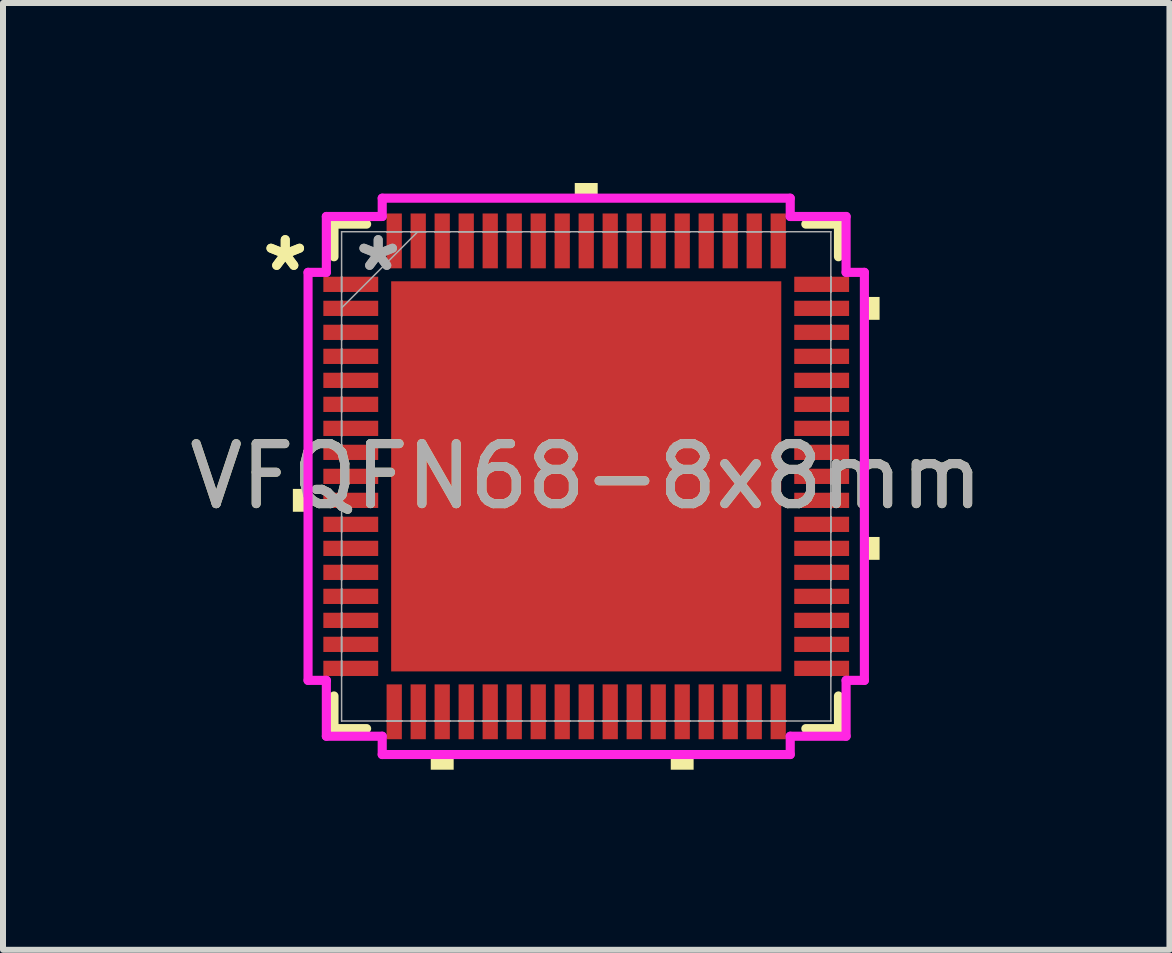
<source format=kicad_pcb>
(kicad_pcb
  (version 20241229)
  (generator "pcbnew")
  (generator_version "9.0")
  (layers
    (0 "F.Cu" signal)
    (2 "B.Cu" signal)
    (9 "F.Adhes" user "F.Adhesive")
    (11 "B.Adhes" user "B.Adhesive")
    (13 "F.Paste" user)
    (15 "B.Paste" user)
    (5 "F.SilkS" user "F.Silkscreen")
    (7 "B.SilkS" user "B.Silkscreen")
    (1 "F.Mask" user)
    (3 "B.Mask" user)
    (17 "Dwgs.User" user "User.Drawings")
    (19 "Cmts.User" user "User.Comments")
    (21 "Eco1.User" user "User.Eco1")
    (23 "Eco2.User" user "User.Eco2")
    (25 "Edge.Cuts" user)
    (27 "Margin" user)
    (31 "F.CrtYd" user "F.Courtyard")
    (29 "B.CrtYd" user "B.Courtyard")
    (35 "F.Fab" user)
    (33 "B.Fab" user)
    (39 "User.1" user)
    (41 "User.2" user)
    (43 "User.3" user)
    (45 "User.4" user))
  (footprint "VFQFN68-8x8mm"
    (layer "F.Cu")
    (at 6.72 4.889)
    (property "Reference" "VFQFN68-8x8mm" (at 0 0 0) (unlocked yes) (layer "F.SilkS") (effects (font (size 1 1) (thickness 0.15))))
    (attr smd)
    (fp_line (start -4.204 -4.204) (end -4.204 -3.66) (stroke (width 0.152) (type solid)) (layer "F.SilkS"))
    (fp_line (start -4.204 3.66) (end -4.204 4.204) (stroke (width 0.152) (type solid)) (layer "F.SilkS"))
    (fp_line (start -4.204 4.204) (end -3.66 4.204) (stroke (width 0.152) (type solid)) (layer "F.SilkS"))
    (fp_line (start -3.66 -4.204) (end -4.204 -4.204) (stroke (width 0.152) (type solid)) (layer "F.SilkS"))
    (fp_line (start 3.66 4.204) (end 4.204 4.204) (stroke (width 0.152) (type solid)) (layer "F.SilkS"))
    (fp_line (start 4.204 -4.204) (end 3.66 -4.204) (stroke (width 0.152) (type solid)) (layer "F.SilkS"))
    (fp_line (start 4.204 -3.66) (end 4.204 -4.204) (stroke (width 0.152) (type solid)) (layer "F.SilkS"))
    (fp_line (start 4.204 4.204) (end 4.204 3.66) (stroke (width 0.152) (type solid)) (layer "F.SilkS"))
    (fp_poly (pts (xy -4.889 0.209) (xy -4.889 0.59) (xy -4.636 0.59) (xy -4.636 0.209)) (stroke (width 0) (type solid)) (fill yes) (layer "F.SilkS"))
    (fp_poly (pts (xy -2.591 4.636) (xy -2.591 4.889) (xy -2.209 4.889) (xy -2.209 4.636)) (stroke (width 0) (type solid)) (fill yes) (layer "F.SilkS"))
    (fp_poly (pts (xy -0.191 -4.636) (xy -0.191 -4.889) (xy 0.191 -4.889) (xy 0.191 -4.636)) (stroke (width 0) (type solid)) (fill yes) (layer "F.SilkS"))
    (fp_poly (pts (xy 1.409 4.636) (xy 1.409 4.889) (xy 1.79 4.889) (xy 1.79 4.636)) (stroke (width 0) (type solid)) (fill yes) (layer "F.SilkS"))
    (fp_poly (pts (xy 4.889 -2.99) (xy 4.889 -2.609) (xy 4.636 -2.609) (xy 4.636 -2.99)) (stroke (width 0) (type solid)) (fill yes) (layer "F.SilkS"))
    (fp_poly (pts (xy 4.889 1.01) (xy 4.889 1.391) (xy 4.636 1.391) (xy 4.636 1.01)) (stroke (width 0) (type solid)) (fill yes) (layer "F.SilkS"))
    (fp_poly (pts (xy -3.151 -3.151) (xy -3.151 -2.051) (xy -2.051 -2.051) (xy -2.051 -3.151)) (stroke (width 0) (type solid)) (fill yes) (layer "F.Paste"))
    (fp_poly (pts (xy -3.151 -1.851) (xy -3.151 -0.75) (xy -2.051 -0.75) (xy -2.051 -1.851)) (stroke (width 0) (type solid)) (fill yes) (layer "F.Paste"))
    (fp_poly (pts (xy -3.151 -0.55) (xy -3.151 0.55) (xy -2.051 0.55) (xy -2.051 -0.55)) (stroke (width 0) (type solid)) (fill yes) (layer "F.Paste"))
    (fp_poly (pts (xy -3.151 0.75) (xy -3.151 1.851) (xy -2.051 1.851) (xy -2.051 0.75)) (stroke (width 0) (type solid)) (fill yes) (layer "F.Paste"))
    (fp_poly (pts (xy -3.151 2.051) (xy -3.151 3.151) (xy -2.051 3.151) (xy -2.051 2.051)) (stroke (width 0) (type solid)) (fill yes) (layer "F.Paste"))
    (fp_poly (pts (xy -1.851 -3.151) (xy -1.851 -2.051) (xy -0.75 -2.051) (xy -0.75 -3.151)) (stroke (width 0) (type solid)) (fill yes) (layer "F.Paste"))
    (fp_poly (pts (xy -1.851 -1.851) (xy -1.851 -0.75) (xy -0.75 -0.75) (xy -0.75 -1.851)) (stroke (width 0) (type solid)) (fill yes) (layer "F.Paste"))
    (fp_poly (pts (xy -1.851 -0.55) (xy -1.851 0.55) (xy -0.75 0.55) (xy -0.75 -0.55)) (stroke (width 0) (type solid)) (fill yes) (layer "F.Paste"))
    (fp_poly (pts (xy -1.851 0.75) (xy -1.851 1.851) (xy -0.75 1.851) (xy -0.75 0.75)) (stroke (width 0) (type solid)) (fill yes) (layer "F.Paste"))
    (fp_poly (pts (xy -1.851 2.051) (xy -1.851 3.151) (xy -0.75 3.151) (xy -0.75 2.051)) (stroke (width 0) (type solid)) (fill yes) (layer "F.Paste"))
    (fp_poly (pts (xy -0.55 -3.151) (xy -0.55 -2.051) (xy 0.55 -2.051) (xy 0.55 -3.151)) (stroke (width 0) (type solid)) (fill yes) (layer "F.Paste"))
    (fp_poly (pts (xy -0.55 -1.851) (xy -0.55 -0.75) (xy 0.55 -0.75) (xy 0.55 -1.851)) (stroke (width 0) (type solid)) (fill yes) (layer "F.Paste"))
    (fp_poly (pts (xy -0.55 -0.55) (xy -0.55 0.55) (xy 0.55 0.55) (xy 0.55 -0.55)) (stroke (width 0) (type solid)) (fill yes) (layer "F.Paste"))
    (fp_poly (pts (xy -0.55 0.75) (xy -0.55 1.851) (xy 0.55 1.851) (xy 0.55 0.75)) (stroke (width 0) (type solid)) (fill yes) (layer "F.Paste"))
    (fp_poly (pts (xy -0.55 2.051) (xy -0.55 3.151) (xy 0.55 3.151) (xy 0.55 2.051)) (stroke (width 0) (type solid)) (fill yes) (layer "F.Paste"))
    (fp_poly (pts (xy 0.75 -3.151) (xy 0.75 -2.051) (xy 1.851 -2.051) (xy 1.851 -3.151)) (stroke (width 0) (type solid)) (fill yes) (layer "F.Paste"))
    (fp_poly (pts (xy 0.75 -1.851) (xy 0.75 -0.75) (xy 1.851 -0.75) (xy 1.851 -1.851)) (stroke (width 0) (type solid)) (fill yes) (layer "F.Paste"))
    (fp_poly (pts (xy 0.75 -0.55) (xy 0.75 0.55) (xy 1.851 0.55) (xy 1.851 -0.55)) (stroke (width 0) (type solid)) (fill yes) (layer "F.Paste"))
    (fp_poly (pts (xy 0.75 0.75) (xy 0.75 1.851) (xy 1.851 1.851) (xy 1.851 0.75)) (stroke (width 0) (type solid)) (fill yes) (layer "F.Paste"))
    (fp_poly (pts (xy 0.75 2.051) (xy 0.75 3.151) (xy 1.851 3.151) (xy 1.851 2.051)) (stroke (width 0) (type solid)) (fill yes) (layer "F.Paste"))
    (fp_poly (pts (xy 2.051 -3.151) (xy 2.051 -2.051) (xy 3.151 -2.051) (xy 3.151 -3.151)) (stroke (width 0) (type solid)) (fill yes) (layer "F.Paste"))
    (fp_poly (pts (xy 2.051 -1.851) (xy 2.051 -0.75) (xy 3.151 -0.75) (xy 3.151 -1.851)) (stroke (width 0) (type solid)) (fill yes) (layer "F.Paste"))
    (fp_poly (pts (xy 2.051 -0.55) (xy 2.051 0.55) (xy 3.151 0.55) (xy 3.151 -0.55)) (stroke (width 0) (type solid)) (fill yes) (layer "F.Paste"))
    (fp_poly (pts (xy 2.051 0.75) (xy 2.051 1.851) (xy 3.151 1.851) (xy 3.151 0.75)) (stroke (width 0) (type solid)) (fill yes) (layer "F.Paste"))
    (fp_poly (pts (xy 2.051 2.051) (xy 2.051 3.151) (xy 3.151 3.151) (xy 3.151 2.051)) (stroke (width 0) (type solid)) (fill yes) (layer "F.Paste"))
    (fp_line (start -4.636 -3.4) (end -4.331 -3.4) (stroke (width 0.152) (type solid)) (layer "F.CrtYd"))
    (fp_line (start -4.636 3.4) (end -4.636 -3.4) (stroke (width 0.152) (type solid)) (layer "F.CrtYd"))
    (fp_line (start -4.331 -4.331) (end -3.4 -4.331) (stroke (width 0.152) (type solid)) (layer "F.CrtYd"))
    (fp_line (start -4.331 -3.4) (end -4.331 -4.331) (stroke (width 0.152) (type solid)) (layer "F.CrtYd"))
    (fp_line (start -4.331 3.4) (end -4.636 3.4) (stroke (width 0.152) (type solid)) (layer "F.CrtYd"))
    (fp_line (start -4.331 4.331) (end -4.331 3.4) (stroke (width 0.152) (type solid)) (layer "F.CrtYd"))
    (fp_line (start -3.4 -4.636) (end 3.4 -4.636) (stroke (width 0.152) (type solid)) (layer "F.CrtYd"))
    (fp_line (start -3.4 -4.331) (end -3.4 -4.636) (stroke (width 0.152) (type solid)) (layer "F.CrtYd"))
    (fp_line (start -3.4 4.331) (end -4.331 4.331) (stroke (width 0.152) (type solid)) (layer "F.CrtYd"))
    (fp_line (start -3.4 4.636) (end -3.4 4.331) (stroke (width 0.152) (type solid)) (layer "F.CrtYd"))
    (fp_line (start 3.4 -4.636) (end 3.4 -4.331) (stroke (width 0.152) (type solid)) (layer "F.CrtYd"))
    (fp_line (start 3.4 -4.331) (end 4.331 -4.331) (stroke (width 0.152) (type solid)) (layer "F.CrtYd"))
    (fp_line (start 3.4 4.331) (end 3.4 4.636) (stroke (width 0.152) (type solid)) (layer "F.CrtYd"))
    (fp_line (start 3.4 4.636) (end -3.4 4.636) (stroke (width 0.152) (type solid)) (layer "F.CrtYd"))
    (fp_line (start 4.331 -4.331) (end 4.331 -3.4) (stroke (width 0.152) (type solid)) (layer "F.CrtYd"))
    (fp_line (start 4.331 -3.4) (end 4.636 -3.4) (stroke (width 0.152) (type solid)) (layer "F.CrtYd"))
    (fp_line (start 4.331 3.4) (end 4.331 4.331) (stroke (width 0.152) (type solid)) (layer "F.CrtYd"))
    (fp_line (start 4.331 4.331) (end 3.4 4.331) (stroke (width 0.152) (type solid)) (layer "F.CrtYd"))
    (fp_line (start 4.636 -3.4) (end 4.636 3.4) (stroke (width 0.152) (type solid)) (layer "F.CrtYd"))
    (fp_line (start 4.636 3.4) (end 4.331 3.4) (stroke (width 0.152) (type solid)) (layer "F.CrtYd"))
    (fp_line (start -4.077 -4.077) (end -4.077 -4.077) (stroke (width 0.025) (type solid)) (layer "F.Fab"))
    (fp_line (start -4.077 -4.077) (end -4.077 4.077) (stroke (width 0.025) (type solid)) (layer "F.Fab"))
    (fp_line (start -4.077 -3.327) (end -4.077 -3.327) (stroke (width 0.025) (type solid)) (layer "F.Fab"))
    (fp_line (start -4.077 -3.327) (end -4.077 -3.073) (stroke (width 0.025) (type solid)) (layer "F.Fab"))
    (fp_line (start -4.077 -3.073) (end -4.077 -3.327) (stroke (width 0.025) (type solid)) (layer "F.Fab"))
    (fp_line (start -4.077 -3.073) (end -4.077 -3.073) (stroke (width 0.025) (type solid)) (layer "F.Fab"))
    (fp_line (start -4.077 -2.927) (end -4.077 -2.927) (stroke (width 0.025) (type solid)) (layer "F.Fab"))
    (fp_line (start -4.077 -2.927) (end -4.077 -2.673) (stroke (width 0.025) (type solid)) (layer "F.Fab"))
    (fp_line (start -4.077 -2.807) (end -2.807 -4.077) (stroke (width 0.025) (type solid)) (layer "F.Fab"))
    (fp_line (start -4.077 -2.673) (end -4.077 -2.927) (stroke (width 0.025) (type solid)) (layer "F.Fab"))
    (fp_line (start -4.077 -2.673) (end -4.077 -2.673) (stroke (width 0.025) (type solid)) (layer "F.Fab"))
    (fp_line (start -4.077 -2.527) (end -4.077 -2.527) (stroke (width 0.025) (type solid)) (layer "F.Fab"))
    (fp_line (start -4.077 -2.527) (end -4.077 -2.273) (stroke (width 0.025) (type solid)) (layer "F.Fab"))
    (fp_line (start -4.077 -2.273) (end -4.077 -2.527) (stroke (width 0.025) (type solid)) (layer "F.Fab"))
    (fp_line (start -4.077 -2.273) (end -4.077 -2.273) (stroke (width 0.025) (type solid)) (layer "F.Fab"))
    (fp_line (start -4.077 -2.127) (end -4.077 -2.127) (stroke (width 0.025) (type solid)) (layer "F.Fab"))
    (fp_line (start -4.077 -2.127) (end -4.077 -1.873) (stroke (width 0.025) (type solid)) (layer "F.Fab"))
    (fp_line (start -4.077 -1.873) (end -4.077 -2.127) (stroke (width 0.025) (type solid)) (layer "F.Fab"))
    (fp_line (start -4.077 -1.873) (end -4.077 -1.873) (stroke (width 0.025) (type solid)) (layer "F.Fab"))
    (fp_line (start -4.077 -1.727) (end -4.077 -1.727) (stroke (width 0.025) (type solid)) (layer "F.Fab"))
    (fp_line (start -4.077 -1.727) (end -4.077 -1.473) (stroke (width 0.025) (type solid)) (layer "F.Fab"))
    (fp_line (start -4.077 -1.473) (end -4.077 -1.727) (stroke (width 0.025) (type solid)) (layer "F.Fab"))
    (fp_line (start -4.077 -1.473) (end -4.077 -1.473) (stroke (width 0.025) (type solid)) (layer "F.Fab"))
    (fp_line (start -4.077 -1.327) (end -4.077 -1.327) (stroke (width 0.025) (type solid)) (layer "F.Fab"))
    (fp_line (start -4.077 -1.327) (end -4.077 -1.073) (stroke (width 0.025) (type solid)) (layer "F.Fab"))
    (fp_line (start -4.077 -1.073) (end -4.077 -1.327) (stroke (width 0.025) (type solid)) (layer "F.Fab"))
    (fp_line (start -4.077 -1.073) (end -4.077 -1.073) (stroke (width 0.025) (type solid)) (layer "F.Fab"))
    (fp_line (start -4.077 -0.927) (end -4.077 -0.927) (stroke (width 0.025) (type solid)) (layer "F.Fab"))
    (fp_line (start -4.077 -0.927) (end -4.077 -0.673) (stroke (width 0.025) (type solid)) (layer "F.Fab"))
    (fp_line (start -4.077 -0.673) (end -4.077 -0.927) (stroke (width 0.025) (type solid)) (layer "F.Fab"))
    (fp_line (start -4.077 -0.673) (end -4.077 -0.673) (stroke (width 0.025) (type solid)) (layer "F.Fab"))
    (fp_line (start -4.077 -0.527) (end -4.077 -0.527) (stroke (width 0.025) (type solid)) (layer "F.Fab"))
    (fp_line (start -4.077 -0.527) (end -4.077 -0.273) (stroke (width 0.025) (type solid)) (layer "F.Fab"))
    (fp_line (start -4.077 -0.273) (end -4.077 -0.527) (stroke (width 0.025) (type solid)) (layer "F.Fab"))
    (fp_line (start -4.077 -0.273) (end -4.077 -0.273) (stroke (width 0.025) (type solid)) (layer "F.Fab"))
    (fp_line (start -4.077 -0.127) (end -4.077 -0.127) (stroke (width 0.025) (type solid)) (layer "F.Fab"))
    (fp_line (start -4.077 -0.127) (end -4.077 0.127) (stroke (width 0.025) (type solid)) (layer "F.Fab"))
    (fp_line (start -4.077 0.127) (end -4.077 -0.127) (stroke (width 0.025) (type solid)) (layer "F.Fab"))
    (fp_line (start -4.077 0.127) (end -4.077 0.127) (stroke (width 0.025) (type solid)) (layer "F.Fab"))
    (fp_line (start -4.077 0.273) (end -4.077 0.273) (stroke (width 0.025) (type solid)) (layer "F.Fab"))
    (fp_line (start -4.077 0.273) (end -4.077 0.527) (stroke (width 0.025) (type solid)) (layer "F.Fab"))
    (fp_line (start -4.077 0.527) (end -4.077 0.273) (stroke (width 0.025) (type solid)) (layer "F.Fab"))
    (fp_line (start -4.077 0.527) (end -4.077 0.527) (stroke (width 0.025) (type solid)) (layer "F.Fab"))
    (fp_line (start -4.077 0.673) (end -4.077 0.673) (stroke (width 0.025) (type solid)) (layer "F.Fab"))
    (fp_line (start -4.077 0.673) (end -4.077 0.927) (stroke (width 0.025) (type solid)) (layer "F.Fab"))
    (fp_line (start -4.077 0.927) (end -4.077 0.673) (stroke (width 0.025) (type solid)) (layer "F.Fab"))
    (fp_line (start -4.077 0.927) (end -4.077 0.927) (stroke (width 0.025) (type solid)) (layer "F.Fab"))
    (fp_line (start -4.077 1.073) (end -4.077 1.073) (stroke (width 0.025) (type solid)) (layer "F.Fab"))
    (fp_line (start -4.077 1.073) (end -4.077 1.327) (stroke (width 0.025) (type solid)) (layer "F.Fab"))
    (fp_line (start -4.077 1.327) (end -4.077 1.073) (stroke (width 0.025) (type solid)) (layer "F.Fab"))
    (fp_line (start -4.077 1.327) (end -4.077 1.327) (stroke (width 0.025) (type solid)) (layer "F.Fab"))
    (fp_line (start -4.077 1.473) (end -4.077 1.473) (stroke (width 0.025) (type solid)) (layer "F.Fab"))
    (fp_line (start -4.077 1.473) (end -4.077 1.727) (stroke (width 0.025) (type solid)) (layer "F.Fab"))
    (fp_line (start -4.077 1.727) (end -4.077 1.473) (stroke (width 0.025) (type solid)) (layer "F.Fab"))
    (fp_line (start -4.077 1.727) (end -4.077 1.727) (stroke (width 0.025) (type solid)) (layer "F.Fab"))
    (fp_line (start -4.077 1.873) (end -4.077 1.873) (stroke (width 0.025) (type solid)) (layer "F.Fab"))
    (fp_line (start -4.077 1.873) (end -4.077 2.127) (stroke (width 0.025) (type solid)) (layer "F.Fab"))
    (fp_line (start -4.077 2.127) (end -4.077 1.873) (stroke (width 0.025) (type solid)) (layer "F.Fab"))
    (fp_line (start -4.077 2.127) (end -4.077 2.127) (stroke (width 0.025) (type solid)) (layer "F.Fab"))
    (fp_line (start -4.077 2.273) (end -4.077 2.273) (stroke (width 0.025) (type solid)) (layer "F.Fab"))
    (fp_line (start -4.077 2.273) (end -4.077 2.527) (stroke (width 0.025) (type solid)) (layer "F.Fab"))
    (fp_line (start -4.077 2.527) (end -4.077 2.273) (stroke (width 0.025) (type solid)) (layer "F.Fab"))
    (fp_line (start -4.077 2.527) (end -4.077 2.527) (stroke (width 0.025) (type solid)) (layer "F.Fab"))
    (fp_line (start -4.077 2.673) (end -4.077 2.673) (stroke (width 0.025) (type solid)) (layer "F.Fab"))
    (fp_line (start -4.077 2.673) (end -4.077 2.927) (stroke (width 0.025) (type solid)) (layer "F.Fab"))
    (fp_line (start -4.077 2.927) (end -4.077 2.673) (stroke (width 0.025) (type solid)) (layer "F.Fab"))
    (fp_line (start -4.077 2.927) (end -4.077 2.927) (stroke (width 0.025) (type solid)) (layer "F.Fab"))
    (fp_line (start -4.077 3.073) (end -4.077 3.073) (stroke (width 0.025) (type solid)) (layer "F.Fab"))
    (fp_line (start -4.077 3.073) (end -4.077 3.327) (stroke (width 0.025) (type solid)) (layer "F.Fab"))
    (fp_line (start -4.077 3.327) (end -4.077 3.073) (stroke (width 0.025) (type solid)) (layer "F.Fab"))
    (fp_line (start -4.077 3.327) (end -4.077 3.327) (stroke (width 0.025) (type solid)) (layer "F.Fab"))
    (fp_line (start -4.077 4.077) (end -4.077 4.077) (stroke (width 0.025) (type solid)) (layer "F.Fab"))
    (fp_line (start -4.077 4.077) (end 4.077 4.077) (stroke (width 0.025) (type solid)) (layer "F.Fab"))
    (fp_line (start -3.327 -4.077) (end -3.327 -4.077) (stroke (width 0.025) (type solid)) (layer "F.Fab"))
    (fp_line (start -3.327 -4.077) (end -3.073 -4.077) (stroke (width 0.025) (type solid)) (layer "F.Fab"))
    (fp_line (start -3.327 4.077) (end -3.327 4.077) (stroke (width 0.025) (type solid)) (layer "F.Fab"))
    (fp_line (start -3.327 4.077) (end -3.073 4.077) (stroke (width 0.025) (type solid)) (layer "F.Fab"))
    (fp_line (start -3.073 -4.077) (end -3.327 -4.077) (stroke (width 0.025) (type solid)) (layer "F.Fab"))
    (fp_line (start -3.073 -4.077) (end -3.073 -4.077) (stroke (width 0.025) (type solid)) (layer "F.Fab"))
    (fp_line (start -3.073 4.077) (end -3.327 4.077) (stroke (width 0.025) (type solid)) (layer "F.Fab"))
    (fp_line (start -3.073 4.077) (end -3.073 4.077) (stroke (width 0.025) (type solid)) (layer "F.Fab"))
    (fp_line (start -2.927 -4.077) (end -2.927 -4.077) (stroke (width 0.025) (type solid)) (layer "F.Fab"))
    (fp_line (start -2.927 -4.077) (end -2.673 -4.077) (stroke (width 0.025) (type solid)) (layer "F.Fab"))
    (fp_line (start -2.927 4.077) (end -2.927 4.077) (stroke (width 0.025) (type solid)) (layer "F.Fab"))
    (fp_line (start -2.927 4.077) (end -2.673 4.077) (stroke (width 0.025) (type solid)) (layer "F.Fab"))
    (fp_line (start -2.673 -4.077) (end -2.927 -4.077) (stroke (width 0.025) (type solid)) (layer "F.Fab"))
    (fp_line (start -2.673 -4.077) (end -2.673 -4.077) (stroke (width 0.025) (type solid)) (layer "F.Fab"))
    (fp_line (start -2.673 4.077) (end -2.927 4.077) (stroke (width 0.025) (type solid)) (layer "F.Fab"))
    (fp_line (start -2.673 4.077) (end -2.673 4.077) (stroke (width 0.025) (type solid)) (layer "F.Fab"))
    (fp_line (start -2.527 -4.077) (end -2.527 -4.077) (stroke (width 0.025) (type solid)) (layer "F.Fab"))
    (fp_line (start -2.527 -4.077) (end -2.273 -4.077) (stroke (width 0.025) (type solid)) (layer "F.Fab"))
    (fp_line (start -2.527 4.077) (end -2.527 4.077) (stroke (width 0.025) (type solid)) (layer "F.Fab"))
    (fp_line (start -2.527 4.077) (end -2.273 4.077) (stroke (width 0.025) (type solid)) (layer "F.Fab"))
    (fp_line (start -2.273 -4.077) (end -2.527 -4.077) (stroke (width 0.025) (type solid)) (layer "F.Fab"))
    (fp_line (start -2.273 -4.077) (end -2.273 -4.077) (stroke (width 0.025) (type solid)) (layer "F.Fab"))
    (fp_line (start -2.273 4.077) (end -2.527 4.077) (stroke (width 0.025) (type solid)) (layer "F.Fab"))
    (fp_line (start -2.273 4.077) (end -2.273 4.077) (stroke (width 0.025) (type solid)) (layer "F.Fab"))
    (fp_line (start -2.127 -4.077) (end -2.127 -4.077) (stroke (width 0.025) (type solid)) (layer "F.Fab"))
    (fp_line (start -2.127 -4.077) (end -1.873 -4.077) (stroke (width 0.025) (type solid)) (layer "F.Fab"))
    (fp_line (start -2.127 4.077) (end -2.127 4.077) (stroke (width 0.025) (type solid)) (layer "F.Fab"))
    (fp_line (start -2.127 4.077) (end -1.873 4.077) (stroke (width 0.025) (type solid)) (layer "F.Fab"))
    (fp_line (start -1.873 -4.077) (end -2.127 -4.077) (stroke (width 0.025) (type solid)) (layer "F.Fab"))
    (fp_line (start -1.873 -4.077) (end -1.873 -4.077) (stroke (width 0.025) (type solid)) (layer "F.Fab"))
    (fp_line (start -1.873 4.077) (end -2.127 4.077) (stroke (width 0.025) (type solid)) (layer "F.Fab"))
    (fp_line (start -1.873 4.077) (end -1.873 4.077) (stroke (width 0.025) (type solid)) (layer "F.Fab"))
    (fp_line (start -1.727 -4.077) (end -1.727 -4.077) (stroke (width 0.025) (type solid)) (layer "F.Fab"))
    (fp_line (start -1.727 -4.077) (end -1.473 -4.077) (stroke (width 0.025) (type solid)) (layer "F.Fab"))
    (fp_line (start -1.727 4.077) (end -1.727 4.077) (stroke (width 0.025) (type solid)) (layer "F.Fab"))
    (fp_line (start -1.727 4.077) (end -1.473 4.077) (stroke (width 0.025) (type solid)) (layer "F.Fab"))
    (fp_line (start -1.473 -4.077) (end -1.727 -4.077) (stroke (width 0.025) (type solid)) (layer "F.Fab"))
    (fp_line (start -1.473 -4.077) (end -1.473 -4.077) (stroke (width 0.025) (type solid)) (layer "F.Fab"))
    (fp_line (start -1.473 4.077) (end -1.727 4.077) (stroke (width 0.025) (type solid)) (layer "F.Fab"))
    (fp_line (start -1.473 4.077) (end -1.473 4.077) (stroke (width 0.025) (type solid)) (layer "F.Fab"))
    (fp_line (start -1.327 -4.077) (end -1.327 -4.077) (stroke (width 0.025) (type solid)) (layer "F.Fab"))
    (fp_line (start -1.327 -4.077) (end -1.073 -4.077) (stroke (width 0.025) (type solid)) (layer "F.Fab"))
    (fp_line (start -1.327 4.077) (end -1.327 4.077) (stroke (width 0.025) (type solid)) (layer "F.Fab"))
    (fp_line (start -1.327 4.077) (end -1.073 4.077) (stroke (width 0.025) (type solid)) (layer "F.Fab"))
    (fp_line (start -1.073 -4.077) (end -1.327 -4.077) (stroke (width 0.025) (type solid)) (layer "F.Fab"))
    (fp_line (start -1.073 -4.077) (end -1.073 -4.077) (stroke (width 0.025) (type solid)) (layer "F.Fab"))
    (fp_line (start -1.073 4.077) (end -1.327 4.077) (stroke (width 0.025) (type solid)) (layer "F.Fab"))
    (fp_line (start -1.073 4.077) (end -1.073 4.077) (stroke (width 0.025) (type solid)) (layer "F.Fab"))
    (fp_line (start -0.927 -4.077) (end -0.927 -4.077) (stroke (width 0.025) (type solid)) (layer "F.Fab"))
    (fp_line (start -0.927 -4.077) (end -0.673 -4.077) (stroke (width 0.025) (type solid)) (layer "F.Fab"))
    (fp_line (start -0.927 4.077) (end -0.927 4.077) (stroke (width 0.025) (type solid)) (layer "F.Fab"))
    (fp_line (start -0.927 4.077) (end -0.673 4.077) (stroke (width 0.025) (type solid)) (layer "F.Fab"))
    (fp_line (start -0.673 -4.077) (end -0.927 -4.077) (stroke (width 0.025) (type solid)) (layer "F.Fab"))
    (fp_line (start -0.673 -4.077) (end -0.673 -4.077) (stroke (width 0.025) (type solid)) (layer "F.Fab"))
    (fp_line (start -0.673 4.077) (end -0.927 4.077) (stroke (width 0.025) (type solid)) (layer "F.Fab"))
    (fp_line (start -0.673 4.077) (end -0.673 4.077) (stroke (width 0.025) (type solid)) (layer "F.Fab"))
    (fp_line (start -0.527 -4.077) (end -0.527 -4.077) (stroke (width 0.025) (type solid)) (layer "F.Fab"))
    (fp_line (start -0.527 -4.077) (end -0.273 -4.077) (stroke (width 0.025) (type solid)) (layer "F.Fab"))
    (fp_line (start -0.527 4.077) (end -0.527 4.077) (stroke (width 0.025) (type solid)) (layer "F.Fab"))
    (fp_line (start -0.527 4.077) (end -0.273 4.077) (stroke (width 0.025) (type solid)) (layer "F.Fab"))
    (fp_line (start -0.273 -4.077) (end -0.527 -4.077) (stroke (width 0.025) (type solid)) (layer "F.Fab"))
    (fp_line (start -0.273 -4.077) (end -0.273 -4.077) (stroke (width 0.025) (type solid)) (layer "F.Fab"))
    (fp_line (start -0.273 4.077) (end -0.527 4.077) (stroke (width 0.025) (type solid)) (layer "F.Fab"))
    (fp_line (start -0.273 4.077) (end -0.273 4.077) (stroke (width 0.025) (type solid)) (layer "F.Fab"))
    (fp_line (start -0.127 -4.077) (end -0.127 -4.077) (stroke (width 0.025) (type solid)) (layer "F.Fab"))
    (fp_line (start -0.127 -4.077) (end 0.127 -4.077) (stroke (width 0.025) (type solid)) (layer "F.Fab"))
    (fp_line (start -0.127 4.077) (end -0.127 4.077) (stroke (width 0.025) (type solid)) (layer "F.Fab"))
    (fp_line (start -0.127 4.077) (end 0.127 4.077) (stroke (width 0.025) (type solid)) (layer "F.Fab"))
    (fp_line (start 0.127 -4.077) (end -0.127 -4.077) (stroke (width 0.025) (type solid)) (layer "F.Fab"))
    (fp_line (start 0.127 -4.077) (end 0.127 -4.077) (stroke (width 0.025) (type solid)) (layer "F.Fab"))
    (fp_line (start 0.127 4.077) (end -0.127 4.077) (stroke (width 0.025) (type solid)) (layer "F.Fab"))
    (fp_line (start 0.127 4.077) (end 0.127 4.077) (stroke (width 0.025) (type solid)) (layer "F.Fab"))
    (fp_line (start 0.273 -4.077) (end 0.273 -4.077) (stroke (width 0.025) (type solid)) (layer "F.Fab"))
    (fp_line (start 0.273 -4.077) (end 0.527 -4.077) (stroke (width 0.025) (type solid)) (layer "F.Fab"))
    (fp_line (start 0.273 4.077) (end 0.273 4.077) (stroke (width 0.025) (type solid)) (layer "F.Fab"))
    (fp_line (start 0.273 4.077) (end 0.527 4.077) (stroke (width 0.025) (type solid)) (layer "F.Fab"))
    (fp_line (start 0.527 -4.077) (end 0.273 -4.077) (stroke (width 0.025) (type solid)) (layer "F.Fab"))
    (fp_line (start 0.527 -4.077) (end 0.527 -4.077) (stroke (width 0.025) (type solid)) (layer "F.Fab"))
    (fp_line (start 0.527 4.077) (end 0.273 4.077) (stroke (width 0.025) (type solid)) (layer "F.Fab"))
    (fp_line (start 0.527 4.077) (end 0.527 4.077) (stroke (width 0.025) (type solid)) (layer "F.Fab"))
    (fp_line (start 0.673 -4.077) (end 0.673 -4.077) (stroke (width 0.025) (type solid)) (layer "F.Fab"))
    (fp_line (start 0.673 -4.077) (end 0.927 -4.077) (stroke (width 0.025) (type solid)) (layer "F.Fab"))
    (fp_line (start 0.673 4.077) (end 0.673 4.077) (stroke (width 0.025) (type solid)) (layer "F.Fab"))
    (fp_line (start 0.673 4.077) (end 0.927 4.077) (stroke (width 0.025) (type solid)) (layer "F.Fab"))
    (fp_line (start 0.927 -4.077) (end 0.673 -4.077) (stroke (width 0.025) (type solid)) (layer "F.Fab"))
    (fp_line (start 0.927 -4.077) (end 0.927 -4.077) (stroke (width 0.025) (type solid)) (layer "F.Fab"))
    (fp_line (start 0.927 4.077) (end 0.673 4.077) (stroke (width 0.025) (type solid)) (layer "F.Fab"))
    (fp_line (start 0.927 4.077) (end 0.927 4.077) (stroke (width 0.025) (type solid)) (layer "F.Fab"))
    (fp_line (start 1.073 -4.077) (end 1.073 -4.077) (stroke (width 0.025) (type solid)) (layer "F.Fab"))
    (fp_line (start 1.073 -4.077) (end 1.327 -4.077) (stroke (width 0.025) (type solid)) (layer "F.Fab"))
    (fp_line (start 1.073 4.077) (end 1.073 4.077) (stroke (width 0.025) (type solid)) (layer "F.Fab"))
    (fp_line (start 1.073 4.077) (end 1.327 4.077) (stroke (width 0.025) (type solid)) (layer "F.Fab"))
    (fp_line (start 1.327 -4.077) (end 1.073 -4.077) (stroke (width 0.025) (type solid)) (layer "F.Fab"))
    (fp_line (start 1.327 -4.077) (end 1.327 -4.077) (stroke (width 0.025) (type solid)) (layer "F.Fab"))
    (fp_line (start 1.327 4.077) (end 1.073 4.077) (stroke (width 0.025) (type solid)) (layer "F.Fab"))
    (fp_line (start 1.327 4.077) (end 1.327 4.077) (stroke (width 0.025) (type solid)) (layer "F.Fab"))
    (fp_line (start 1.473 -4.077) (end 1.473 -4.077) (stroke (width 0.025) (type solid)) (layer "F.Fab"))
    (fp_line (start 1.473 -4.077) (end 1.727 -4.077) (stroke (width 0.025) (type solid)) (layer "F.Fab"))
    (fp_line (start 1.473 4.077) (end 1.473 4.077) (stroke (width 0.025) (type solid)) (layer "F.Fab"))
    (fp_line (start 1.473 4.077) (end 1.727 4.077) (stroke (width 0.025) (type solid)) (layer "F.Fab"))
    (fp_line (start 1.727 -4.077) (end 1.473 -4.077) (stroke (width 0.025) (type solid)) (layer "F.Fab"))
    (fp_line (start 1.727 -4.077) (end 1.727 -4.077) (stroke (width 0.025) (type solid)) (layer "F.Fab"))
    (fp_line (start 1.727 4.077) (end 1.473 4.077) (stroke (width 0.025) (type solid)) (layer "F.Fab"))
    (fp_line (start 1.727 4.077) (end 1.727 4.077) (stroke (width 0.025) (type solid)) (layer "F.Fab"))
    (fp_line (start 1.873 -4.077) (end 1.873 -4.077) (stroke (width 0.025) (type solid)) (layer "F.Fab"))
    (fp_line (start 1.873 -4.077) (end 2.127 -4.077) (stroke (width 0.025) (type solid)) (layer "F.Fab"))
    (fp_line (start 1.873 4.077) (end 1.873 4.077) (stroke (width 0.025) (type solid)) (layer "F.Fab"))
    (fp_line (start 1.873 4.077) (end 2.127 4.077) (stroke (width 0.025) (type solid)) (layer "F.Fab"))
    (fp_line (start 2.127 -4.077) (end 1.873 -4.077) (stroke (width 0.025) (type solid)) (layer "F.Fab"))
    (fp_line (start 2.127 -4.077) (end 2.127 -4.077) (stroke (width 0.025) (type solid)) (layer "F.Fab"))
    (fp_line (start 2.127 4.077) (end 1.873 4.077) (stroke (width 0.025) (type solid)) (layer "F.Fab"))
    (fp_line (start 2.127 4.077) (end 2.127 4.077) (stroke (width 0.025) (type solid)) (layer "F.Fab"))
    (fp_line (start 2.273 -4.077) (end 2.273 -4.077) (stroke (width 0.025) (type solid)) (layer "F.Fab"))
    (fp_line (start 2.273 -4.077) (end 2.527 -4.077) (stroke (width 0.025) (type solid)) (layer "F.Fab"))
    (fp_line (start 2.273 4.077) (end 2.273 4.077) (stroke (width 0.025) (type solid)) (layer "F.Fab"))
    (fp_line (start 2.273 4.077) (end 2.527 4.077) (stroke (width 0.025) (type solid)) (layer "F.Fab"))
    (fp_line (start 2.527 -4.077) (end 2.273 -4.077) (stroke (width 0.025) (type solid)) (layer "F.Fab"))
    (fp_line (start 2.527 -4.077) (end 2.527 -4.077) (stroke (width 0.025) (type solid)) (layer "F.Fab"))
    (fp_line (start 2.527 4.077) (end 2.273 4.077) (stroke (width 0.025) (type solid)) (layer "F.Fab"))
    (fp_line (start 2.527 4.077) (end 2.527 4.077) (stroke (width 0.025) (type solid)) (layer "F.Fab"))
    (fp_line (start 2.673 -4.077) (end 2.673 -4.077) (stroke (width 0.025) (type solid)) (layer "F.Fab"))
    (fp_line (start 2.673 -4.077) (end 2.927 -4.077) (stroke (width 0.025) (type solid)) (layer "F.Fab"))
    (fp_line (start 2.673 4.077) (end 2.673 4.077) (stroke (width 0.025) (type solid)) (layer "F.Fab"))
    (fp_line (start 2.673 4.077) (end 2.927 4.077) (stroke (width 0.025) (type solid)) (layer "F.Fab"))
    (fp_line (start 2.927 -4.077) (end 2.673 -4.077) (stroke (width 0.025) (type solid)) (layer "F.Fab"))
    (fp_line (start 2.927 -4.077) (end 2.927 -4.077) (stroke (width 0.025) (type solid)) (layer "F.Fab"))
    (fp_line (start 2.927 4.077) (end 2.673 4.077) (stroke (width 0.025) (type solid)) (layer "F.Fab"))
    (fp_line (start 2.927 4.077) (end 2.927 4.077) (stroke (width 0.025) (type solid)) (layer "F.Fab"))
    (fp_line (start 3.073 -4.077) (end 3.073 -4.077) (stroke (width 0.025) (type solid)) (layer "F.Fab"))
    (fp_line (start 3.073 -4.077) (end 3.327 -4.077) (stroke (width 0.025) (type solid)) (layer "F.Fab"))
    (fp_line (start 3.073 4.077) (end 3.073 4.077) (stroke (width 0.025) (type solid)) (layer "F.Fab"))
    (fp_line (start 3.073 4.077) (end 3.327 4.077) (stroke (width 0.025) (type solid)) (layer "F.Fab"))
    (fp_line (start 3.327 -4.077) (end 3.073 -4.077) (stroke (width 0.025) (type solid)) (layer "F.Fab"))
    (fp_line (start 3.327 -4.077) (end 3.327 -4.077) (stroke (width 0.025) (type solid)) (layer "F.Fab"))
    (fp_line (start 3.327 4.077) (end 3.073 4.077) (stroke (width 0.025) (type solid)) (layer "F.Fab"))
    (fp_line (start 3.327 4.077) (end 3.327 4.077) (stroke (width 0.025) (type solid)) (layer "F.Fab"))
    (fp_line (start 4.077 -4.077) (end -4.077 -4.077) (stroke (width 0.025) (type solid)) (layer "F.Fab"))
    (fp_line (start 4.077 -4.077) (end 4.077 -4.077) (stroke (width 0.025) (type solid)) (layer "F.Fab"))
    (fp_line (start 4.077 -3.327) (end 4.077 -3.327) (stroke (width 0.025) (type solid)) (layer "F.Fab"))
    (fp_line (start 4.077 -3.327) (end 4.077 -3.073) (stroke (width 0.025) (type solid)) (layer "F.Fab"))
    (fp_line (start 4.077 -3.073) (end 4.077 -3.327) (stroke (width 0.025) (type solid)) (layer "F.Fab"))
    (fp_line (start 4.077 -3.073) (end 4.077 -3.073) (stroke (width 0.025) (type solid)) (layer "F.Fab"))
    (fp_line (start 4.077 -2.927) (end 4.077 -2.927) (stroke (width 0.025) (type solid)) (layer "F.Fab"))
    (fp_line (start 4.077 -2.927) (end 4.077 -2.673) (stroke (width 0.025) (type solid)) (layer "F.Fab"))
    (fp_line (start 4.077 -2.673) (end 4.077 -2.927) (stroke (width 0.025) (type solid)) (layer "F.Fab"))
    (fp_line (start 4.077 -2.673) (end 4.077 -2.673) (stroke (width 0.025) (type solid)) (layer "F.Fab"))
    (fp_line (start 4.077 -2.527) (end 4.077 -2.527) (stroke (width 0.025) (type solid)) (layer "F.Fab"))
    (fp_line (start 4.077 -2.527) (end 4.077 -2.273) (stroke (width 0.025) (type solid)) (layer "F.Fab"))
    (fp_line (start 4.077 -2.273) (end 4.077 -2.527) (stroke (width 0.025) (type solid)) (layer "F.Fab"))
    (fp_line (start 4.077 -2.273) (end 4.077 -2.273) (stroke (width 0.025) (type solid)) (layer "F.Fab"))
    (fp_line (start 4.077 -2.127) (end 4.077 -2.127) (stroke (width 0.025) (type solid)) (layer "F.Fab"))
    (fp_line (start 4.077 -2.127) (end 4.077 -1.873) (stroke (width 0.025) (type solid)) (layer "F.Fab"))
    (fp_line (start 4.077 -1.873) (end 4.077 -2.127) (stroke (width 0.025) (type solid)) (layer "F.Fab"))
    (fp_line (start 4.077 -1.873) (end 4.077 -1.873) (stroke (width 0.025) (type solid)) (layer "F.Fab"))
    (fp_line (start 4.077 -1.727) (end 4.077 -1.727) (stroke (width 0.025) (type solid)) (layer "F.Fab"))
    (fp_line (start 4.077 -1.727) (end 4.077 -1.473) (stroke (width 0.025) (type solid)) (layer "F.Fab"))
    (fp_line (start 4.077 -1.473) (end 4.077 -1.727) (stroke (width 0.025) (type solid)) (layer "F.Fab"))
    (fp_line (start 4.077 -1.473) (end 4.077 -1.473) (stroke (width 0.025) (type solid)) (layer "F.Fab"))
    (fp_line (start 4.077 -1.327) (end 4.077 -1.327) (stroke (width 0.025) (type solid)) (layer "F.Fab"))
    (fp_line (start 4.077 -1.327) (end 4.077 -1.073) (stroke (width 0.025) (type solid)) (layer "F.Fab"))
    (fp_line (start 4.077 -1.073) (end 4.077 -1.327) (stroke (width 0.025) (type solid)) (layer "F.Fab"))
    (fp_line (start 4.077 -1.073) (end 4.077 -1.073) (stroke (width 0.025) (type solid)) (layer "F.Fab"))
    (fp_line (start 4.077 -0.927) (end 4.077 -0.927) (stroke (width 0.025) (type solid)) (layer "F.Fab"))
    (fp_line (start 4.077 -0.927) (end 4.077 -0.673) (stroke (width 0.025) (type solid)) (layer "F.Fab"))
    (fp_line (start 4.077 -0.673) (end 4.077 -0.927) (stroke (width 0.025) (type solid)) (layer "F.Fab"))
    (fp_line (start 4.077 -0.673) (end 4.077 -0.673) (stroke (width 0.025) (type solid)) (layer "F.Fab"))
    (fp_line (start 4.077 -0.527) (end 4.077 -0.527) (stroke (width 0.025) (type solid)) (layer "F.Fab"))
    (fp_line (start 4.077 -0.527) (end 4.077 -0.273) (stroke (width 0.025) (type solid)) (layer "F.Fab"))
    (fp_line (start 4.077 -0.273) (end 4.077 -0.527) (stroke (width 0.025) (type solid)) (layer "F.Fab"))
    (fp_line (start 4.077 -0.273) (end 4.077 -0.273) (stroke (width 0.025) (type solid)) (layer "F.Fab"))
    (fp_line (start 4.077 -0.127) (end 4.077 -0.127) (stroke (width 0.025) (type solid)) (layer "F.Fab"))
    (fp_line (start 4.077 -0.127) (end 4.077 0.127) (stroke (width 0.025) (type solid)) (layer "F.Fab"))
    (fp_line (start 4.077 0.127) (end 4.077 -0.127) (stroke (width 0.025) (type solid)) (layer "F.Fab"))
    (fp_line (start 4.077 0.127) (end 4.077 0.127) (stroke (width 0.025) (type solid)) (layer "F.Fab"))
    (fp_line (start 4.077 0.273) (end 4.077 0.273) (stroke (width 0.025) (type solid)) (layer "F.Fab"))
    (fp_line (start 4.077 0.273) (end 4.077 0.527) (stroke (width 0.025) (type solid)) (layer "F.Fab"))
    (fp_line (start 4.077 0.527) (end 4.077 0.273) (stroke (width 0.025) (type solid)) (layer "F.Fab"))
    (fp_line (start 4.077 0.527) (end 4.077 0.527) (stroke (width 0.025) (type solid)) (layer "F.Fab"))
    (fp_line (start 4.077 0.673) (end 4.077 0.673) (stroke (width 0.025) (type solid)) (layer "F.Fab"))
    (fp_line (start 4.077 0.673) (end 4.077 0.927) (stroke (width 0.025) (type solid)) (layer "F.Fab"))
    (fp_line (start 4.077 0.927) (end 4.077 0.673) (stroke (width 0.025) (type solid)) (layer "F.Fab"))
    (fp_line (start 4.077 0.927) (end 4.077 0.927) (stroke (width 0.025) (type solid)) (layer "F.Fab"))
    (fp_line (start 4.077 1.073) (end 4.077 1.073) (stroke (width 0.025) (type solid)) (layer "F.Fab"))
    (fp_line (start 4.077 1.073) (end 4.077 1.327) (stroke (width 0.025) (type solid)) (layer "F.Fab"))
    (fp_line (start 4.077 1.327) (end 4.077 1.073) (stroke (width 0.025) (type solid)) (layer "F.Fab"))
    (fp_line (start 4.077 1.327) (end 4.077 1.327) (stroke (width 0.025) (type solid)) (layer "F.Fab"))
    (fp_line (start 4.077 1.473) (end 4.077 1.473) (stroke (width 0.025) (type solid)) (layer "F.Fab"))
    (fp_line (start 4.077 1.473) (end 4.077 1.727) (stroke (width 0.025) (type solid)) (layer "F.Fab"))
    (fp_line (start 4.077 1.727) (end 4.077 1.473) (stroke (width 0.025) (type solid)) (layer "F.Fab"))
    (fp_line (start 4.077 1.727) (end 4.077 1.727) (stroke (width 0.025) (type solid)) (layer "F.Fab"))
    (fp_line (start 4.077 1.873) (end 4.077 1.873) (stroke (width 0.025) (type solid)) (layer "F.Fab"))
    (fp_line (start 4.077 1.873) (end 4.077 2.127) (stroke (width 0.025) (type solid)) (layer "F.Fab"))
    (fp_line (start 4.077 2.127) (end 4.077 1.873) (stroke (width 0.025) (type solid)) (layer "F.Fab"))
    (fp_line (start 4.077 2.127) (end 4.077 2.127) (stroke (width 0.025) (type solid)) (layer "F.Fab"))
    (fp_line (start 4.077 2.273) (end 4.077 2.273) (stroke (width 0.025) (type solid)) (layer "F.Fab"))
    (fp_line (start 4.077 2.273) (end 4.077 2.527) (stroke (width 0.025) (type solid)) (layer "F.Fab"))
    (fp_line (start 4.077 2.527) (end 4.077 2.273) (stroke (width 0.025) (type solid)) (layer "F.Fab"))
    (fp_line (start 4.077 2.527) (end 4.077 2.527) (stroke (width 0.025) (type solid)) (layer "F.Fab"))
    (fp_line (start 4.077 2.673) (end 4.077 2.673) (stroke (width 0.025) (type solid)) (layer "F.Fab"))
    (fp_line (start 4.077 2.673) (end 4.077 2.927) (stroke (width 0.025) (type solid)) (layer "F.Fab"))
    (fp_line (start 4.077 2.927) (end 4.077 2.673) (stroke (width 0.025) (type solid)) (layer "F.Fab"))
    (fp_line (start 4.077 2.927) (end 4.077 2.927) (stroke (width 0.025) (type solid)) (layer "F.Fab"))
    (fp_line (start 4.077 3.073) (end 4.077 3.073) (stroke (width 0.025) (type solid)) (layer "F.Fab"))
    (fp_line (start 4.077 3.073) (end 4.077 3.327) (stroke (width 0.025) (type solid)) (layer "F.Fab"))
    (fp_line (start 4.077 3.327) (end 4.077 3.073) (stroke (width 0.025) (type solid)) (layer "F.Fab"))
    (fp_line (start 4.077 3.327) (end 4.077 3.327) (stroke (width 0.025) (type solid)) (layer "F.Fab"))
    (fp_line (start 4.077 4.077) (end 4.077 -4.077) (stroke (width 0.025) (type solid)) (layer "F.Fab"))
    (fp_line (start 4.077 4.077) (end 4.077 4.077) (stroke (width 0.025) (type solid)) (layer "F.Fab"))
    (fp_text user "*" (at -5.016 -3.4 0) (layer "F.SilkS") (effects (font (size 1 1) (thickness 0.15))))
    (fp_text user "*" (at -5.016 -3.4 0) (unlocked yes) (layer "F.SilkS") (effects (font (size 1 1) (thickness 0.15))))
    (fp_text user "${REFERENCE}" (at 0 0 0) (unlocked yes) (layer "F.Fab") (effects (font (size 1 1) (thickness 0.15))))
    (fp_text user "*" (at -3.467 -3.4 0) (layer "F.Fab") (effects (font (size 1 1) (thickness 0.15))))
    (fp_text user "*" (at -3.467 -3.4 0) (unlocked yes) (layer "F.Fab") (effects (font (size 1 1) (thickness 0.15))))
    (pad "1" smd rect (at -3.924 -3.2 90) (size 0.254 0.914) (layers "F.Cu" "F.Mask" "F.Paste"))
    (pad "2" smd rect (at -3.924 -2.8 90) (size 0.254 0.914) (layers "F.Cu" "F.Mask" "F.Paste"))
    (pad "3" smd rect (at -3.924 -2.4 90) (size 0.254 0.914) (layers "F.Cu" "F.Mask" "F.Paste"))
    (pad "4" smd rect (at -3.924 -2 90) (size 0.254 0.914) (layers "F.Cu" "F.Mask" "F.Paste"))
    (pad "5" smd rect (at -3.924 -1.6 90) (size 0.254 0.914) (layers "F.Cu" "F.Mask" "F.Paste"))
    (pad "6" smd rect (at -3.924 -1.2 90) (size 0.254 0.914) (layers "F.Cu" "F.Mask" "F.Paste"))
    (pad "7" smd rect (at -3.924 -0.8 90) (size 0.254 0.914) (layers "F.Cu" "F.Mask" "F.Paste"))
    (pad "8" smd rect (at -3.924 -0.4 90) (size 0.254 0.914) (layers "F.Cu" "F.Mask" "F.Paste"))
    (pad "9" smd rect (at -3.924 0 90) (size 0.254 0.914) (layers "F.Cu" "F.Mask" "F.Paste"))
    (pad "10" smd rect (at -3.924 0.4 90) (size 0.254 0.914) (layers "F.Cu" "F.Mask" "F.Paste"))
    (pad "11" smd rect (at -3.924 0.8 90) (size 0.254 0.914) (layers "F.Cu" "F.Mask" "F.Paste"))
    (pad "12" smd rect (at -3.924 1.2 90) (size 0.254 0.914) (layers "F.Cu" "F.Mask" "F.Paste"))
    (pad "13" smd rect (at -3.924 1.6 90) (size 0.254 0.914) (layers "F.Cu" "F.Mask" "F.Paste"))
    (pad "14" smd rect (at -3.924 2 90) (size 0.254 0.914) (layers "F.Cu" "F.Mask" "F.Paste"))
    (pad "15" smd rect (at -3.924 2.4 90) (size 0.254 0.914) (layers "F.Cu" "F.Mask" "F.Paste"))
    (pad "16" smd rect (at -3.924 2.8 90) (size 0.254 0.914) (layers "F.Cu" "F.Mask" "F.Paste"))
    (pad "17" smd rect (at -3.924 3.2 90) (size 0.254 0.914) (layers "F.Cu" "F.Mask" "F.Paste"))
    (pad "18" smd rect (at -3.2 3.924) (size 0.254 0.914) (layers "F.Cu" "F.Mask" "F.Paste"))
    (pad "19" smd rect (at -2.8 3.924) (size 0.254 0.914) (layers "F.Cu" "F.Mask" "F.Paste"))
    (pad "20" smd rect (at -2.4 3.924) (size 0.254 0.914) (layers "F.Cu" "F.Mask" "F.Paste"))
    (pad "21" smd rect (at -2 3.924) (size 0.254 0.914) (layers "F.Cu" "F.Mask" "F.Paste"))
    (pad "22" smd rect (at -1.6 3.924) (size 0.254 0.914) (layers "F.Cu" "F.Mask" "F.Paste"))
    (pad "23" smd rect (at -1.2 3.924) (size 0.254 0.914) (layers "F.Cu" "F.Mask" "F.Paste"))
    (pad "24" smd rect (at -0.8 3.924) (size 0.254 0.914) (layers "F.Cu" "F.Mask" "F.Paste"))
    (pad "25" smd rect (at -0.4 3.924) (size 0.254 0.914) (layers "F.Cu" "F.Mask" "F.Paste"))
    (pad "26" smd rect (at 0 3.924) (size 0.254 0.914) (layers "F.Cu" "F.Mask" "F.Paste"))
    (pad "27" smd rect (at 0.4 3.924) (size 0.254 0.914) (layers "F.Cu" "F.Mask" "F.Paste"))
    (pad "28" smd rect (at 0.8 3.924) (size 0.254 0.914) (layers "F.Cu" "F.Mask" "F.Paste"))
    (pad "29" smd rect (at 1.2 3.924) (size 0.254 0.914) (layers "F.Cu" "F.Mask" "F.Paste"))
    (pad "30" smd rect (at 1.6 3.924) (size 0.254 0.914) (layers "F.Cu" "F.Mask" "F.Paste"))
    (pad "31" smd rect (at 2 3.924) (size 0.254 0.914) (layers "F.Cu" "F.Mask" "F.Paste"))
    (pad "32" smd rect (at 2.4 3.924) (size 0.254 0.914) (layers "F.Cu" "F.Mask" "F.Paste"))
    (pad "33" smd rect (at 2.8 3.924) (size 0.254 0.914) (layers "F.Cu" "F.Mask" "F.Paste"))
    (pad "34" smd rect (at 3.2 3.924) (size 0.254 0.914) (layers "F.Cu" "F.Mask" "F.Paste"))
    (pad "35" smd rect (at 3.924 3.2 90) (size 0.254 0.914) (layers "F.Cu" "F.Mask" "F.Paste"))
    (pad "36" smd rect (at 3.924 2.8 90) (size 0.254 0.914) (layers "F.Cu" "F.Mask" "F.Paste"))
    (pad "37" smd rect (at 3.924 2.4 90) (size 0.254 0.914) (layers "F.Cu" "F.Mask" "F.Paste"))
    (pad "38" smd rect (at 3.924 2 90) (size 0.254 0.914) (layers "F.Cu" "F.Mask" "F.Paste"))
    (pad "39" smd rect (at 3.924 1.6 90) (size 0.254 0.914) (layers "F.Cu" "F.Mask" "F.Paste"))
    (pad "40" smd rect (at 3.924 1.2 90) (size 0.254 0.914) (layers "F.Cu" "F.Mask" "F.Paste"))
    (pad "41" smd rect (at 3.924 0.8 90) (size 0.254 0.914) (layers "F.Cu" "F.Mask" "F.Paste"))
    (pad "42" smd rect (at 3.924 0.4 90) (size 0.254 0.914) (layers "F.Cu" "F.Mask" "F.Paste"))
    (pad "43" smd rect (at 3.924 0 90) (size 0.254 0.914) (layers "F.Cu" "F.Mask" "F.Paste"))
    (pad "44" smd rect (at 3.924 -0.4 90) (size 0.254 0.914) (layers "F.Cu" "F.Mask" "F.Paste"))
    (pad "45" smd rect (at 3.924 -0.8 90) (size 0.254 0.914) (layers "F.Cu" "F.Mask" "F.Paste"))
    (pad "46" smd rect (at 3.924 -1.2 90) (size 0.254 0.914) (layers "F.Cu" "F.Mask" "F.Paste"))
    (pad "47" smd rect (at 3.924 -1.6 90) (size 0.254 0.914) (layers "F.Cu" "F.Mask" "F.Paste"))
    (pad "48" smd rect (at 3.924 -2 90) (size 0.254 0.914) (layers "F.Cu" "F.Mask" "F.Paste"))
    (pad "49" smd rect (at 3.924 -2.4 90) (size 0.254 0.914) (layers "F.Cu" "F.Mask" "F.Paste"))
    (pad "50" smd rect (at 3.924 -2.8 90) (size 0.254 0.914) (layers "F.Cu" "F.Mask" "F.Paste"))
    (pad "51" smd rect (at 3.924 -3.2 90) (size 0.254 0.914) (layers "F.Cu" "F.Mask" "F.Paste"))
    (pad "52" smd rect (at 3.2 -3.924) (size 0.254 0.914) (layers "F.Cu" "F.Mask" "F.Paste"))
    (pad "53" smd rect (at 2.8 -3.924) (size 0.254 0.914) (layers "F.Cu" "F.Mask" "F.Paste"))
    (pad "54" smd rect (at 2.4 -3.924) (size 0.254 0.914) (layers "F.Cu" "F.Mask" "F.Paste"))
    (pad "55" smd rect (at 2 -3.924) (size 0.254 0.914) (layers "F.Cu" "F.Mask" "F.Paste"))
    (pad "56" smd rect (at 1.6 -3.924) (size 0.254 0.914) (layers "F.Cu" "F.Mask" "F.Paste"))
    (pad "57" smd rect (at 1.2 -3.924) (size 0.254 0.914) (layers "F.Cu" "F.Mask" "F.Paste"))
    (pad "58" smd rect (at 0.8 -3.924) (size 0.254 0.914) (layers "F.Cu" "F.Mask" "F.Paste"))
    (pad "59" smd rect (at 0.4 -3.924) (size 0.254 0.914) (layers "F.Cu" "F.Mask" "F.Paste"))
    (pad "60" smd rect (at 0 -3.924) (size 0.254 0.914) (layers "F.Cu" "F.Mask" "F.Paste"))
    (pad "61" smd rect (at -0.4 -3.924) (size 0.254 0.914) (layers "F.Cu" "F.Mask" "F.Paste"))
    (pad "62" smd rect (at -0.8 -3.924) (size 0.254 0.914) (layers "F.Cu" "F.Mask" "F.Paste"))
    (pad "63" smd rect (at -1.2 -3.924) (size 0.254 0.914) (layers "F.Cu" "F.Mask" "F.Paste"))
    (pad "64" smd rect (at -1.6 -3.924) (size 0.254 0.914) (layers "F.Cu" "F.Mask" "F.Paste"))
    (pad "65" smd rect (at -2 -3.924) (size 0.254 0.914) (layers "F.Cu" "F.Mask" "F.Paste"))
    (pad "66" smd rect (at -2.4 -3.924) (size 0.254 0.914) (layers "F.Cu" "F.Mask" "F.Paste"))
    (pad "67" smd rect (at -2.8 -3.924) (size 0.254 0.914) (layers "F.Cu" "F.Mask" "F.Paste"))
    (pad "68" smd rect (at -3.2 -3.924) (size 0.254 0.914) (layers "F.Cu" "F.Mask" "F.Paste"))
    (pad "69" smd rect (at 0 0) (size 6.502 6.502) (layers "F.Cu" "F.Mask" "F.Paste")))
  (gr_rect
    (start -3 -3)
    (end 16.44 12.779)
    (stroke (width 0.1) (type default))
    (fill no)
    (layer "Edge.Cuts")))
</source>
